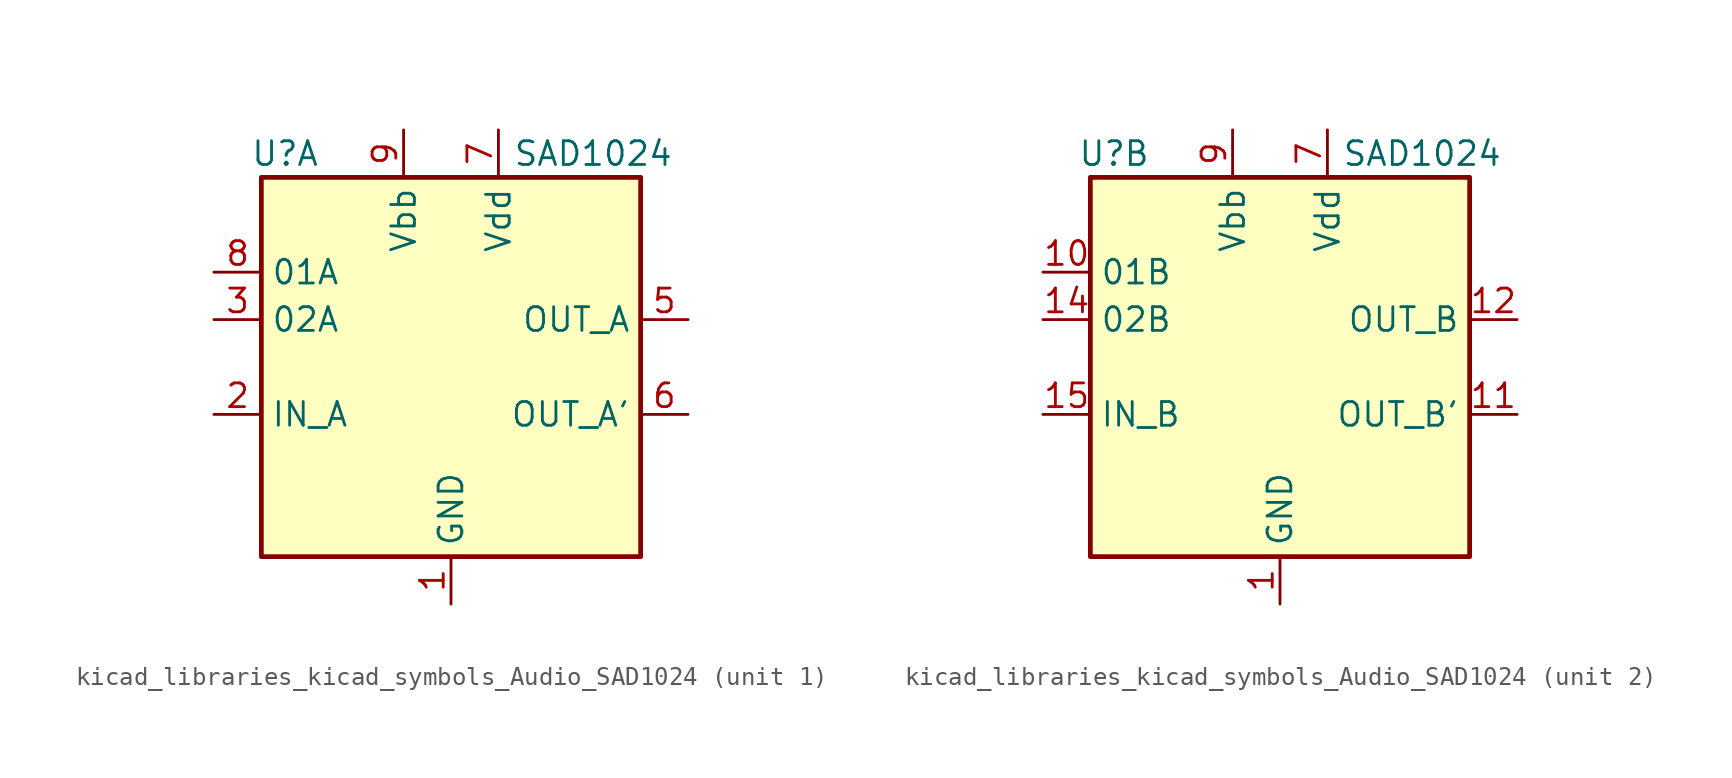
<source format=kicad_sym>
(kicad_symbol_lib
  (version 20220914)
  (generator kicad_symbol_editor)
  (symbol "kicad_libraries_kicad_symbols_Audio_SAD1024"
    (property "Reference" "U"
      (at -8.89 11.43 0)
      (effects (font (size 1.27 1.27))))
    (property "Value" "SAD1024"
      (at 7.62 11.43 0)
      (effects (font (size 1.27 1.27))))
    (symbol "kicad_libraries_kicad_symbols_Audio_SAD1024_0_1"
      (rectangle (start -10.16 10.16) (end 10.16 -10.16) (stroke (width 0.254) (type default)) (fill (type background)))
      (pin power_in line (at 0 -12.7 90) (length 2.54) (name "GND" (effects (font (size 1.27 1.27)))) (number "1" (effects (font (size 1.27 1.27)))))
      (pin no_connect line (at -5.08 -10.16 90) (length 2.54) hide (name "NC" (effects (font (size 1.27 1.27)))) (number "13" (effects (font (size 1.27 1.27)))))
      (pin no_connect line (at -2.54 -10.16 90) (length 2.54) hide (name "NC" (effects (font (size 1.27 1.27)))) (number "16" (effects (font (size 1.27 1.27)))))
      (pin no_connect line (at -7.62 -10.16 90) (length 2.54) hide (name "NC" (effects (font (size 1.27 1.27)))) (number "4" (effects (font (size 1.27 1.27)))))
      (pin power_in line (at 2.54 12.7 270) (length 2.54) (name "Vdd" (effects (font (size 1.27 1.27)))) (number "7" (effects (font (size 1.27 1.27)))))
      (pin power_in line (at -2.54 12.7 270) (length 2.54) (name "Vbb" (effects (font (size 1.27 1.27)))) (number "9" (effects (font (size 1.27 1.27))))))
    (symbol "kicad_libraries_kicad_symbols_Audio_SAD1024_1_1"
      (pin input line (at -12.7 -2.54 0) (length 2.54) (name "IN_A" (effects (font (size 1.27 1.27)))) (number "2" (effects (font (size 1.27 1.27)))))
      (pin input line (at -12.7 2.54 0) (length 2.54) (name "02A" (effects (font (size 1.27 1.27)))) (number "3" (effects (font (size 1.27 1.27)))))
      (pin output line (at 12.7 2.54 180) (length 2.54) (name "OUT_A" (effects (font (size 1.27 1.27)))) (number "5" (effects (font (size 1.27 1.27)))))
      (pin output line (at 12.7 -2.54 180) (length 2.54) (name "OUT_A'" (effects (font (size 1.27 1.27)))) (number "6" (effects (font (size 1.27 1.27)))))
      (pin input line (at -12.7 5.08 0) (length 2.54) (name "01A" (effects (font (size 1.27 1.27)))) (number "8" (effects (font (size 1.27 1.27))))))
    (symbol "kicad_libraries_kicad_symbols_Audio_SAD1024_2_1"
      (pin input line (at -12.7 5.08 0) (length 2.54) (name "01B" (effects (font (size 1.27 1.27)))) (number "10" (effects (font (size 1.27 1.27)))))
      (pin output line (at 12.7 -2.54 180) (length 2.54) (name "OUT_B'" (effects (font (size 1.27 1.27)))) (number "11" (effects (font (size 1.27 1.27)))))
      (pin output line (at 12.7 2.54 180) (length 2.54) (name "OUT_B" (effects (font (size 1.27 1.27)))) (number "12" (effects (font (size 1.27 1.27)))))
      (pin input line (at -12.7 2.54 0) (length 2.54) (name "02B" (effects (font (size 1.27 1.27)))) (number "14" (effects (font (size 1.27 1.27)))))
      (pin input line (at -12.7 -2.54 0) (length 2.54) (name "IN_B" (effects (font (size 1.27 1.27)))) (number "15" (effects (font (size 1.27 1.27))))))))
</source>
